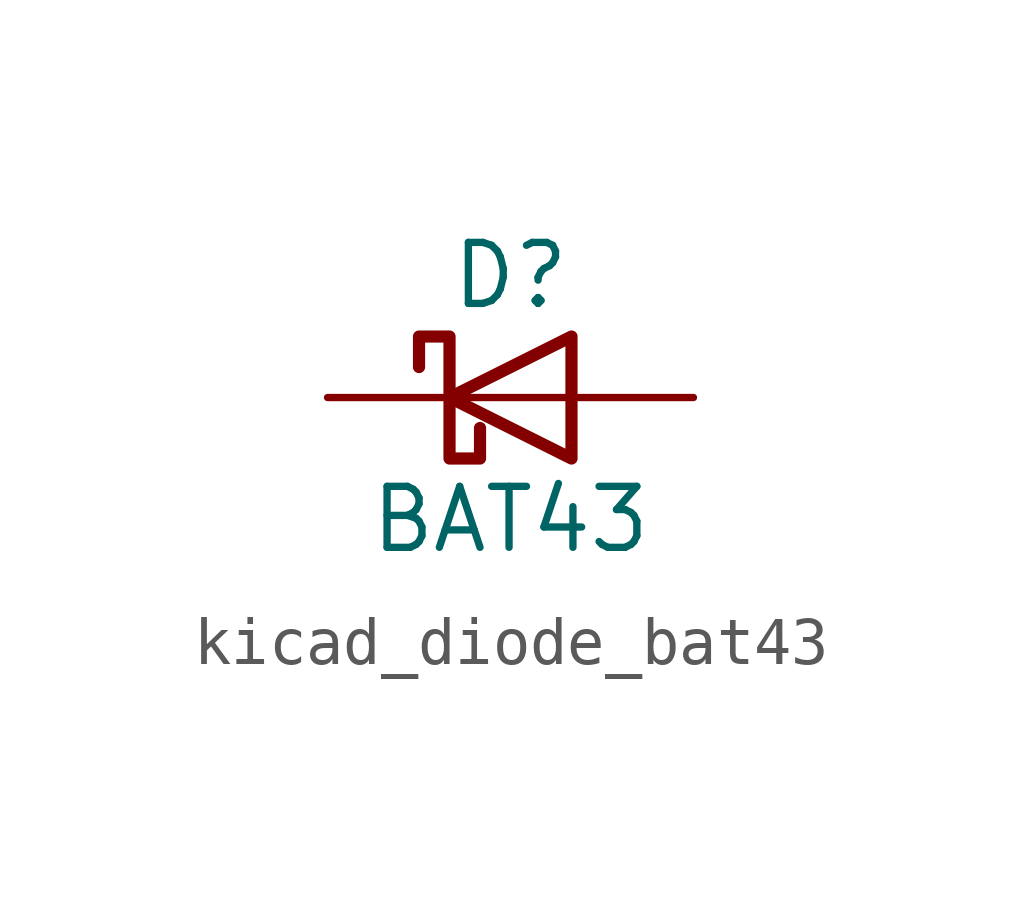
<source format=kicad_sym>
(kicad_symbol_lib
  (version 20220914)
  (generator kicad_symbol_editor)
  (symbol "kicad_diode_bat43"
    (pin_numbers hide)
    (pin_names
      (offset 1.016) hide)
    (property "Reference" "D"
      (at 0 2.54 0)
      (effects (font (size 1.27 1.27))))
    (property "Value" "BAT43"
      (at 0 -2.54 0)
      (effects (font (size 1.27 1.27))))
    (symbol "kicad_diode_bat43_0_1"
      (polyline (pts (xy 1.27 0) (xy -1.27 0)) (stroke (width 0) (type default)) (fill (type none)))
      (polyline (pts (xy 1.27 1.27) (xy 1.27 -1.27) (xy -1.27 0) (xy 1.27 1.27)) (stroke (width 0.254) (type default)) (fill (type none)))
      (polyline (pts (xy -1.905 0.635) (xy -1.905 1.27) (xy -1.27 1.27) (xy -1.27 -1.27) (xy -0.635 -1.27) (xy -0.635 -0.635)) (stroke (width 0.254) (type default)) (fill (type none))))
    (symbol "kicad_diode_bat43_1_1"
      (pin passive line (at -3.81 0 0) (length 2.54) (name "K" (effects (font (size 1.27 1.27)))) (number "1" (effects (font (size 1.27 1.27)))))
      (pin passive line (at 3.81 0 180) (length 2.54) (name "A" (effects (font (size 1.27 1.27)))) (number "2" (effects (font (size 1.27 1.27))))))))
</source>
